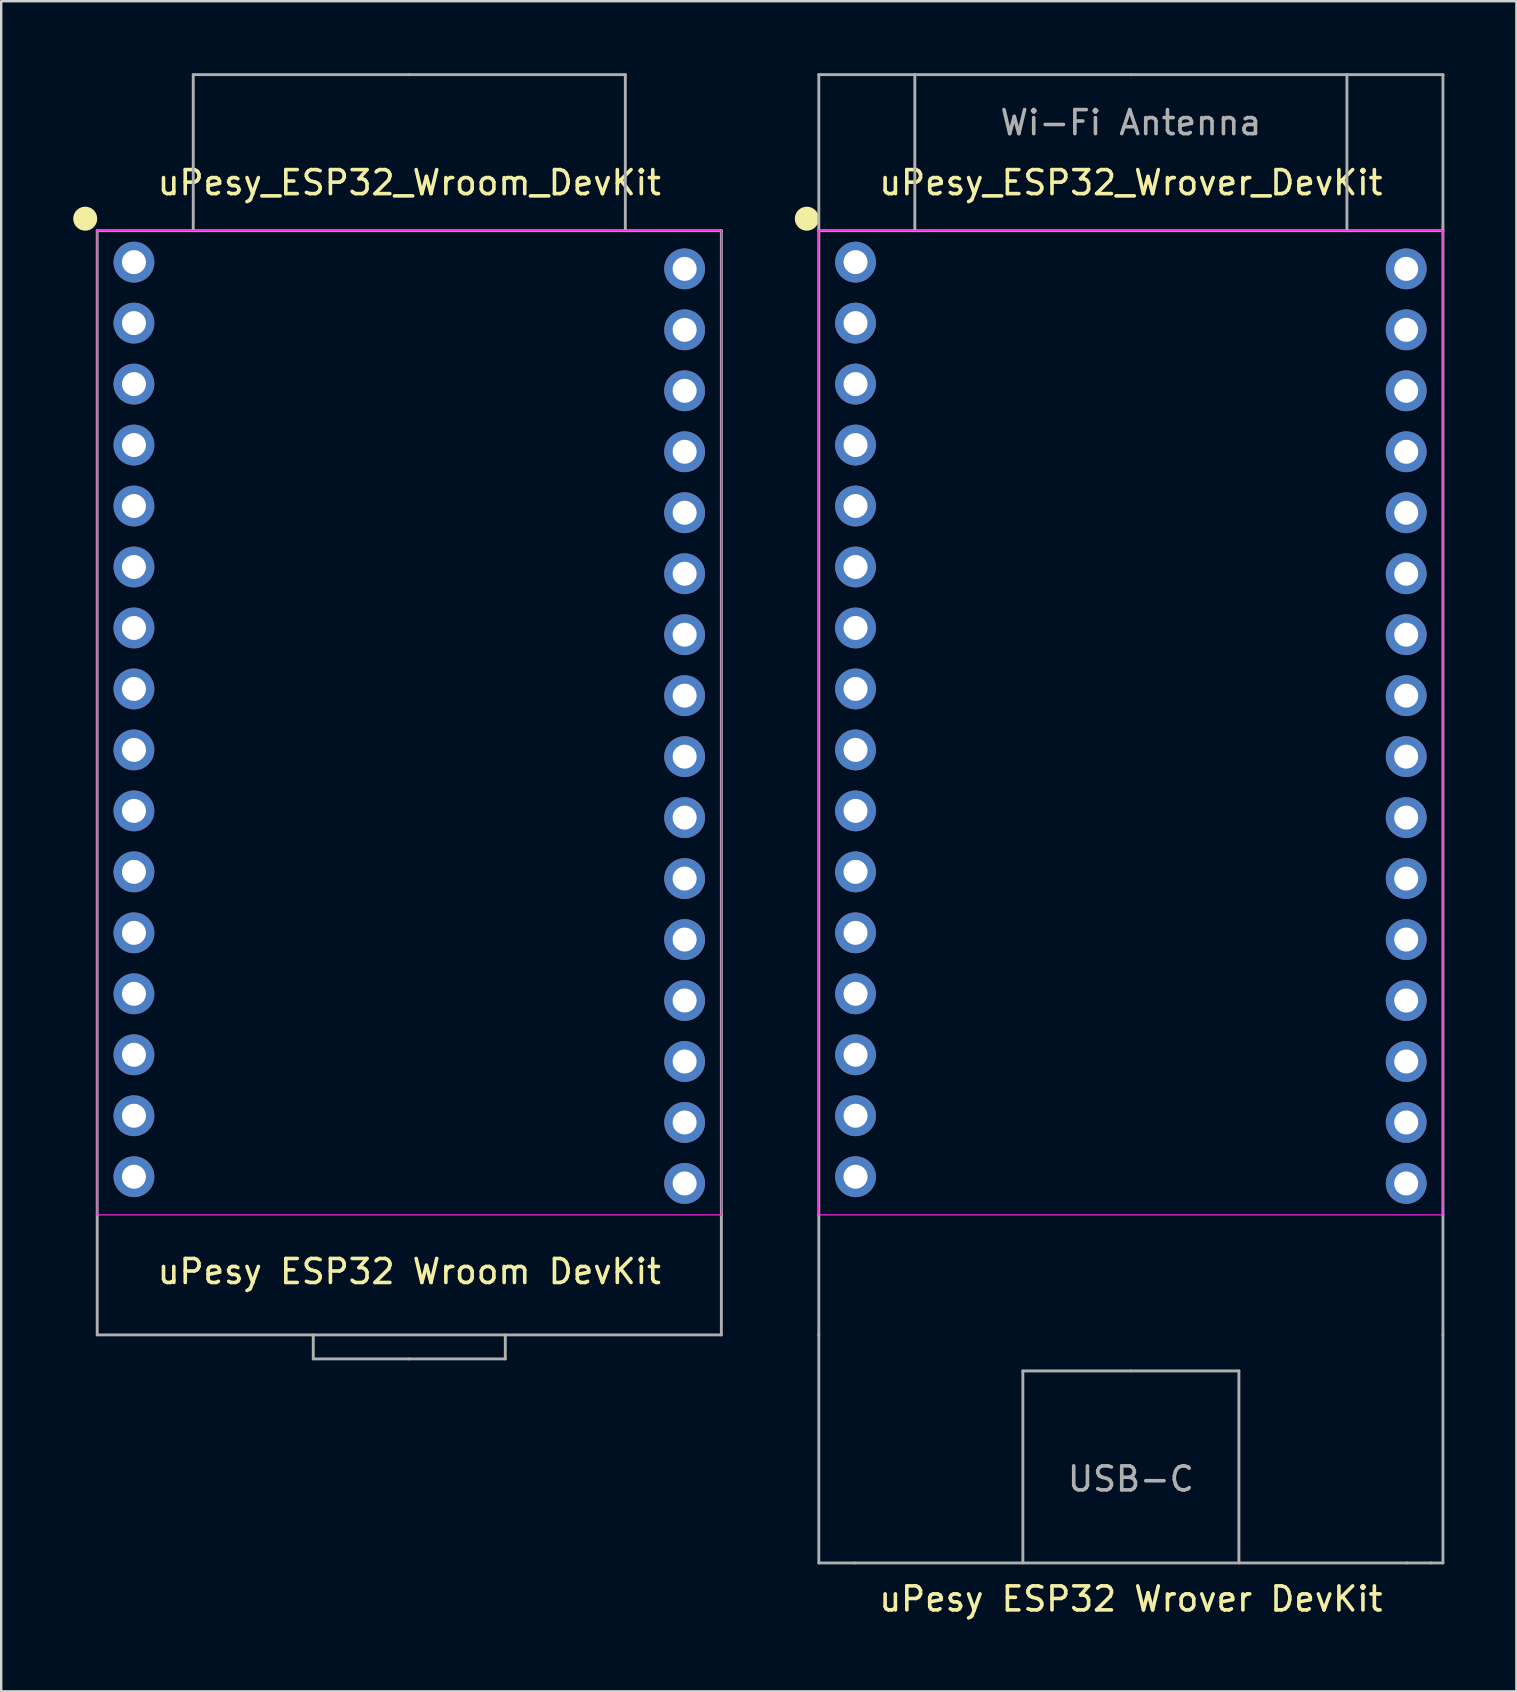
<source format=kicad_pcb>
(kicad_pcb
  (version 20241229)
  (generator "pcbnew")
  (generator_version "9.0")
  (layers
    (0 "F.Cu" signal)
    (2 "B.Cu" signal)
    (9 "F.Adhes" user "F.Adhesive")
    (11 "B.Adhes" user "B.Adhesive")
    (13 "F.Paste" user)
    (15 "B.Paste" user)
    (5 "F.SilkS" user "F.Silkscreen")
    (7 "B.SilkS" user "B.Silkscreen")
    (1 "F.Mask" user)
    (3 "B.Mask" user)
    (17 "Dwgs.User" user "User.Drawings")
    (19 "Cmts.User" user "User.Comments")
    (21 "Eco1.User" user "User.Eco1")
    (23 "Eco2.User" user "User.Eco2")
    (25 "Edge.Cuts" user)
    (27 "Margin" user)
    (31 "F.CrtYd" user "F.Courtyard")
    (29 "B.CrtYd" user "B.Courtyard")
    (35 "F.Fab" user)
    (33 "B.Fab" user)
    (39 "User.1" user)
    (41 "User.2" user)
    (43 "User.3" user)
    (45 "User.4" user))
  (footprint "uPesy_ESP32_Wrover_DevKit"
    (layer "F.Cu")
    (at 44.06 27.06)
    (property "Reference" "uPesy_ESP32_Wrover_DevKit" (at 0 -22.5 0) (layer "F.SilkS") (effects (font (size 1 1) (thickness 0.15))))
    (attr through_hole)
    (fp_circle (center -13.5 -21) (end -13.25 -21) (stroke (width 0.5) (type solid)) (fill no) (layer "F.SilkS"))
    (fp_line (start -13 -20.5) (end 13 -20.5) (stroke (width 0.05) (type solid)) (layer "F.CrtYd"))
    (fp_line (start -13 20.5) (end -13 -20.5) (stroke (width 0.05) (type solid)) (layer "F.CrtYd"))
    (fp_line (start 13 -20.5) (end 13 20.5) (stroke (width 0.05) (type solid)) (layer "F.CrtYd"))
    (fp_line (start 13 20.5) (end -13 20.5) (stroke (width 0.05) (type solid)) (layer "F.CrtYd"))
    (fp_line (start -13 -27) (end -9 -27) (stroke (width 0.12) (type solid)) (layer "F.Fab"))
    (fp_line (start -13 -20.5) (end -13 -27) (stroke (width 0.12) (type solid)) (layer "F.Fab"))
    (fp_line (start -13 -20.5) (end 13 -20.5) (stroke (width 0.12) (type solid)) (layer "F.Fab"))
    (fp_line (start -13 20.5) (end -13 -20.5) (stroke (width 0.12) (type solid)) (layer "F.Fab"))
    (fp_line (start -13 20.5) (end -13 25.5) (stroke (width 0.12) (type solid)) (layer "F.Fab"))
    (fp_line (start -13 25.5) (end -13 35) (stroke (width 0.12) (type solid)) (layer "F.Fab"))
    (fp_line (start -13 35) (end -11.5 35) (stroke (width 0.12) (type solid)) (layer "F.Fab"))
    (fp_line (start -11.5 35) (end 11.5 35) (stroke (width 0.12) (type solid)) (layer "F.Fab"))
    (fp_line (start -9 -27) (end -9 -20.5) (stroke (width 0.12) (type solid)) (layer "F.Fab"))
    (fp_line (start -4.5 27) (end -4.5 35) (stroke (width 0.12) (type solid)) (layer "F.Fab"))
    (fp_line (start 0 -27) (end -9 -27) (stroke (width 0.12) (type solid)) (layer "F.Fab"))
    (fp_line (start 0 -27) (end 9 -27) (stroke (width 0.12) (type solid)) (layer "F.Fab"))
    (fp_line (start 0 27) (end -4.5 27) (stroke (width 0.12) (type solid)) (layer "F.Fab"))
    (fp_line (start 0 27) (end 4.5 27) (stroke (width 0.12) (type solid)) (layer "F.Fab"))
    (fp_line (start 4.5 27) (end 4.5 35) (stroke (width 0.12) (type solid)) (layer "F.Fab"))
    (fp_line (start 9 -27) (end 9 -20.5) (stroke (width 0.12) (type solid)) (layer "F.Fab"))
    (fp_line (start 11.5 35) (end 12.5 35) (stroke (width 0.12) (type solid)) (layer "F.Fab"))
    (fp_line (start 12.5 35) (end 13 35) (stroke (width 0.12) (type solid)) (layer "F.Fab"))
    (fp_line (start 13 -27) (end 9 -27) (stroke (width 0.12) (type solid)) (layer "F.Fab"))
    (fp_line (start 13 -20.5) (end 13 -27) (stroke (width 0.12) (type solid)) (layer "F.Fab"))
    (fp_line (start 13 -20.5) (end 13 20.5) (stroke (width 0.12) (type solid)) (layer "F.Fab"))
    (fp_line (start 13 25.5) (end 13 20.5) (stroke (width 0.12) (type solid)) (layer "F.Fab"))
    (fp_line (start 13 35) (end 13 25.5) (stroke (width 0.12) (type solid)) (layer "F.Fab"))
    (fp_text user "uPesy ESP32 Wrover DevKit" (at 0 36.5 180) (layer "F.SilkS") (effects (font (size 1 1) (thickness 0.15))))
    (fp_text user "USB-C" (at 0 31.5 0) (layer "F.Fab") (effects (font (size 1 1) (thickness 0.15))))
    (fp_text user "Wi-Fi Antenna" (at 0 -25 0) (layer "F.Fab") (effects (font (size 1 1) (thickness 0.15))))
    (pad "1" thru_hole circle (at -11.47 -19.19 270) (size 1.7 1.7) (drill 1) (layers "*.Cu" "*.Mask"))
    (pad "2" thru_hole circle (at -11.47 -16.65 270) (size 1.7 1.7) (drill 1) (layers "*.Cu" "*.Mask"))
    (pad "3" thru_hole circle (at -11.47 -14.11 270) (size 1.7 1.7) (drill 1) (layers "*.Cu" "*.Mask"))
    (pad "4" thru_hole circle (at -11.47 -11.57 270) (size 1.7 1.7) (drill 1) (layers "*.Cu" "*.Mask"))
    (pad "5" thru_hole circle (at -11.47 -9.03 270) (size 1.7 1.7) (drill 1) (layers "*.Cu" "*.Mask"))
    (pad "6" thru_hole circle (at -11.47 -6.49 270) (size 1.7 1.7) (drill 1) (layers "*.Cu" "*.Mask"))
    (pad "7" thru_hole circle (at -11.47 -3.95 270) (size 1.7 1.7) (drill 1) (layers "*.Cu" "*.Mask"))
    (pad "8" thru_hole circle (at -11.47 -1.41 270) (size 1.7 1.7) (drill 1) (layers "*.Cu" "*.Mask"))
    (pad "9" thru_hole circle (at -11.47 1.13 270) (size 1.7 1.7) (drill 1) (layers "*.Cu" "*.Mask"))
    (pad "10" thru_hole circle (at -11.47 3.67 270) (size 1.7 1.7) (drill 1) (layers "*.Cu" "*.Mask"))
    (pad "11" thru_hole circle (at -11.47 6.21 270) (size 1.7 1.7) (drill 1) (layers "*.Cu" "*.Mask"))
    (pad "12" thru_hole circle (at -11.47 8.75 270) (size 1.7 1.7) (drill 1) (layers "*.Cu" "*.Mask"))
    (pad "13" thru_hole circle (at -11.47 11.29 270) (size 1.7 1.7) (drill 1) (layers "*.Cu" "*.Mask"))
    (pad "14" thru_hole circle (at -11.47 13.83 270) (size 1.7 1.7) (drill 1) (layers "*.Cu" "*.Mask"))
    (pad "15" thru_hole circle (at -11.47 16.37 270) (size 1.7 1.7) (drill 1) (layers "*.Cu" "*.Mask"))
    (pad "16" thru_hole circle (at -11.47 18.91 270) (size 1.7 1.7) (drill 1) (layers "*.Cu" "*.Mask"))
    (pad "17" thru_hole circle (at 11.47 -18.91 90) (size 1.7 1.7) (drill 1) (layers "*.Cu" "*.Mask"))
    (pad "18" thru_hole circle (at 11.47 -16.37 90) (size 1.7 1.7) (drill 1) (layers "*.Cu" "*.Mask"))
    (pad "19" thru_hole circle (at 11.47 -13.83 90) (size 1.7 1.7) (drill 1) (layers "*.Cu" "*.Mask"))
    (pad "20" thru_hole circle (at 11.47 -11.29 90) (size 1.7 1.7) (drill 1) (layers "*.Cu" "*.Mask"))
    (pad "21" thru_hole circle (at 11.47 -8.75 90) (size 1.7 1.7) (drill 1) (layers "*.Cu" "*.Mask"))
    (pad "22" thru_hole circle (at 11.47 -6.21 90) (size 1.7 1.7) (drill 1) (layers "*.Cu" "*.Mask"))
    (pad "23" thru_hole circle (at 11.47 -3.67 90) (size 1.7 1.7) (drill 1) (layers "*.Cu" "*.Mask"))
    (pad "24" thru_hole circle (at 11.47 -1.13 90) (size 1.7 1.7) (drill 1) (layers "*.Cu" "*.Mask"))
    (pad "25" thru_hole circle (at 11.47 1.41 90) (size 1.7 1.7) (drill 1) (layers "*.Cu" "*.Mask"))
    (pad "26" thru_hole circle (at 11.47 3.95 90) (size 1.7 1.7) (drill 1) (layers "*.Cu" "*.Mask"))
    (pad "27" thru_hole circle (at 11.47 6.49 90) (size 1.7 1.7) (drill 1) (layers "*.Cu" "*.Mask"))
    (pad "28" thru_hole circle (at 11.47 9.03 90) (size 1.7 1.7) (drill 1) (layers "*.Cu" "*.Mask"))
    (pad "29" thru_hole circle (at 11.47 11.57 90) (size 1.7 1.7) (drill 1) (layers "*.Cu" "*.Mask"))
    (pad "30" thru_hole circle (at 11.47 14.11 90) (size 1.7 1.7) (drill 1) (layers "*.Cu" "*.Mask"))
    (pad "31" thru_hole circle (at 11.47 16.65 90) (size 1.7 1.7) (drill 1) (layers "*.Cu" "*.Mask"))
    (pad "32" thru_hole circle (at 11.47 19.19 90) (size 1.7 1.7) (drill 1) (layers "*.Cu" "*.Mask")))
  (footprint "uPesy_ESP32_Wroom_DevKit"
    (layer "F.Cu")
    (at 14 27.06)
    (property "Reference" "uPesy_ESP32_Wroom_DevKit" (at 0 -22.5 0) (layer "F.SilkS") (effects (font (size 1 1) (thickness 0.15))))
    (attr through_hole)
    (fp_circle (center -13.5 -21) (end -13.25 -21) (stroke (width 0.5) (type solid)) (fill no) (layer "F.SilkS"))
    (fp_line (start -13 -20.5) (end 13 -20.5) (stroke (width 0.05) (type solid)) (layer "F.CrtYd"))
    (fp_line (start -13 20.5) (end -13 -20.5) (stroke (width 0.05) (type solid)) (layer "F.CrtYd"))
    (fp_line (start 13 -20.5) (end 13 20.5) (stroke (width 0.05) (type solid)) (layer "F.CrtYd"))
    (fp_line (start 13 20.5) (end -13 20.5) (stroke (width 0.05) (type solid)) (layer "F.CrtYd"))
    (fp_line (start -13 -20.5) (end 13 -20.5) (stroke (width 0.12) (type solid)) (layer "F.Fab"))
    (fp_line (start -13 20.5) (end -13 -20.5) (stroke (width 0.12) (type solid)) (layer "F.Fab"))
    (fp_line (start -13 20.5) (end -13 25.5) (stroke (width 0.12) (type solid)) (layer "F.Fab"))
    (fp_line (start -13 25.5) (end 13 25.5) (stroke (width 0.12) (type solid)) (layer "F.Fab"))
    (fp_line (start -9 -27) (end -9 -20.5) (stroke (width 0.12) (type solid)) (layer "F.Fab"))
    (fp_line (start -4 26.5) (end -4 25.5) (stroke (width 0.12) (type solid)) (layer "F.Fab"))
    (fp_line (start 0 -27) (end -9 -27) (stroke (width 0.12) (type solid)) (layer "F.Fab"))
    (fp_line (start 0 -27) (end 9 -27) (stroke (width 0.12) (type solid)) (layer "F.Fab"))
    (fp_line (start 0 26.5) (end -4 26.5) (stroke (width 0.12) (type solid)) (layer "F.Fab"))
    (fp_line (start 0 26.5) (end 4 26.5) (stroke (width 0.12) (type solid)) (layer "F.Fab"))
    (fp_line (start 4 26.5) (end 4 25.5) (stroke (width 0.12) (type solid)) (layer "F.Fab"))
    (fp_line (start 9 -27) (end 9 -20.5) (stroke (width 0.12) (type solid)) (layer "F.Fab"))
    (fp_line (start 13 -20.5) (end 13 20.5) (stroke (width 0.12) (type solid)) (layer "F.Fab"))
    (fp_line (start 13 25.5) (end 13 20.5) (stroke (width 0.12) (type solid)) (layer "F.Fab"))
    (fp_text user "uPesy ESP32 Wroom DevKit" (at 0 22.86 180) (layer "F.SilkS") (effects (font (size 1 1) (thickness 0.15))))
    (pad "1" thru_hole circle (at -11.47 -19.19 270) (size 1.7 1.7) (drill 1) (layers "*.Cu" "*.Mask"))
    (pad "2" thru_hole circle (at -11.47 -16.65 270) (size 1.7 1.7) (drill 1) (layers "*.Cu" "*.Mask"))
    (pad "3" thru_hole circle (at -11.47 -14.11 270) (size 1.7 1.7) (drill 1) (layers "*.Cu" "*.Mask"))
    (pad "4" thru_hole circle (at -11.47 -11.57 270) (size 1.7 1.7) (drill 1) (layers "*.Cu" "*.Mask"))
    (pad "5" thru_hole circle (at -11.47 -9.03 270) (size 1.7 1.7) (drill 1) (layers "*.Cu" "*.Mask"))
    (pad "6" thru_hole circle (at -11.47 -6.49 270) (size 1.7 1.7) (drill 1) (layers "*.Cu" "*.Mask"))
    (pad "7" thru_hole circle (at -11.47 -3.95 270) (size 1.7 1.7) (drill 1) (layers "*.Cu" "*.Mask"))
    (pad "8" thru_hole circle (at -11.47 -1.41 270) (size 1.7 1.7) (drill 1) (layers "*.Cu" "*.Mask"))
    (pad "9" thru_hole circle (at -11.47 1.13 270) (size 1.7 1.7) (drill 1) (layers "*.Cu" "*.Mask"))
    (pad "10" thru_hole circle (at -11.47 3.67 270) (size 1.7 1.7) (drill 1) (layers "*.Cu" "*.Mask"))
    (pad "11" thru_hole circle (at -11.47 6.21 270) (size 1.7 1.7) (drill 1) (layers "*.Cu" "*.Mask"))
    (pad "12" thru_hole circle (at -11.47 8.75 270) (size 1.7 1.7) (drill 1) (layers "*.Cu" "*.Mask"))
    (pad "13" thru_hole circle (at -11.47 11.29 270) (size 1.7 1.7) (drill 1) (layers "*.Cu" "*.Mask"))
    (pad "14" thru_hole circle (at -11.47 13.83 270) (size 1.7 1.7) (drill 1) (layers "*.Cu" "*.Mask"))
    (pad "15" thru_hole circle (at -11.47 16.37 270) (size 1.7 1.7) (drill 1) (layers "*.Cu" "*.Mask"))
    (pad "16" thru_hole circle (at -11.47 18.91 270) (size 1.7 1.7) (drill 1) (layers "*.Cu" "*.Mask"))
    (pad "17" thru_hole circle (at 11.47 -18.91 90) (size 1.7 1.7) (drill 1) (layers "*.Cu" "*.Mask"))
    (pad "18" thru_hole circle (at 11.47 -16.37 90) (size 1.7 1.7) (drill 1) (layers "*.Cu" "*.Mask"))
    (pad "19" thru_hole circle (at 11.47 -13.83 90) (size 1.7 1.7) (drill 1) (layers "*.Cu" "*.Mask"))
    (pad "20" thru_hole circle (at 11.47 -11.29 90) (size 1.7 1.7) (drill 1) (layers "*.Cu" "*.Mask"))
    (pad "21" thru_hole circle (at 11.47 -8.75 90) (size 1.7 1.7) (drill 1) (layers "*.Cu" "*.Mask"))
    (pad "22" thru_hole circle (at 11.47 -6.21 90) (size 1.7 1.7) (drill 1) (layers "*.Cu" "*.Mask"))
    (pad "23" thru_hole circle (at 11.47 -3.67 90) (size 1.7 1.7) (drill 1) (layers "*.Cu" "*.Mask"))
    (pad "24" thru_hole circle (at 11.47 -1.13 90) (size 1.7 1.7) (drill 1) (layers "*.Cu" "*.Mask"))
    (pad "25" thru_hole circle (at 11.47 1.41 90) (size 1.7 1.7) (drill 1) (layers "*.Cu" "*.Mask"))
    (pad "26" thru_hole circle (at 11.47 3.95 90) (size 1.7 1.7) (drill 1) (layers "*.Cu" "*.Mask"))
    (pad "27" thru_hole circle (at 11.47 6.49 90) (size 1.7 1.7) (drill 1) (layers "*.Cu" "*.Mask"))
    (pad "28" thru_hole circle (at 11.47 9.03 90) (size 1.7 1.7) (drill 1) (layers "*.Cu" "*.Mask"))
    (pad "29" thru_hole circle (at 11.47 11.57 90) (size 1.7 1.7) (drill 1) (layers "*.Cu" "*.Mask"))
    (pad "30" thru_hole circle (at 11.47 14.11 90) (size 1.7 1.7) (drill 1) (layers "*.Cu" "*.Mask"))
    (pad "31" thru_hole circle (at 11.47 16.65 90) (size 1.7 1.7) (drill 1) (layers "*.Cu" "*.Mask"))
    (pad "32" thru_hole circle (at 11.47 19.19 90) (size 1.7 1.7) (drill 1) (layers "*.Cu" "*.Mask")))
  (gr_rect
    (start -3 -3)
    (end 60.12 67.408)
    (stroke (width 0.1) (type default))
    (fill no)
    (layer "Edge.Cuts")))
</source>
